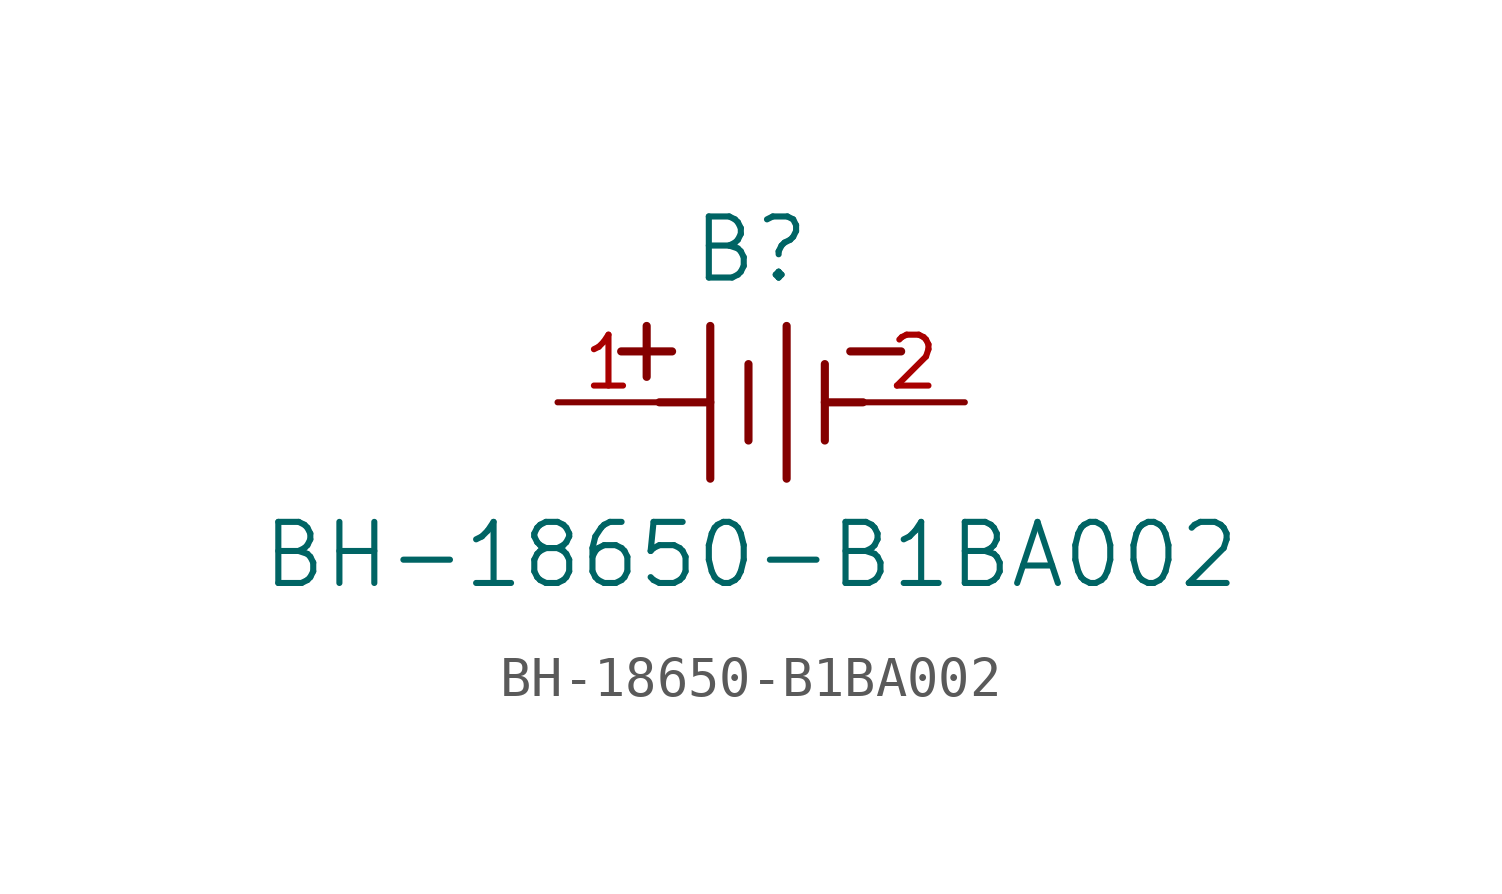
<source format=kicad_sym>
(kicad_symbol_lib
  (version 20211014)
  (generator kicad_symbol_editor)
  (symbol "BH-18650-B1BA002"
    (pin_names
      (offset 0.254))
    (property "Reference" "B"
      (at 4.826 3.81 0)
      (effects (font (size 1.524 1.524))))
    (property "Value" "BH-18650-B1BA002"
      (at 4.826 -3.81 0)
      (effects (font (size 1.524 1.524))))
    (symbol "BH-18650-B1BA002_0_1"
      (polyline (pts (xy 2.223 0.635) (xy 2.223 1.905)) (stroke (width 0.203) (type default) (color 0 0 0 0)) (fill (type none)))
      (polyline (pts (xy 6.668 0) (xy 7.62 0)) (stroke (width 0.203) (type default) (color 0 0 0 0)) (fill (type none)))
      (polyline (pts (xy 3.81 -1.905) (xy 3.81 1.905)) (stroke (width 0.203) (type default) (color 0 0 0 0)) (fill (type none)))
      (polyline (pts (xy 1.587 1.27) (xy 2.857 1.27)) (stroke (width 0.203) (type default) (color 0 0 0 0)) (fill (type none)))
      (polyline (pts (xy 2.54 0) (xy 3.81 0)) (stroke (width 0.203) (type default) (color 0 0 0 0)) (fill (type none)))
      (polyline (pts (xy 5.715 -1.905) (xy 5.715 1.905)) (stroke (width 0.203) (type default) (color 0 0 0 0)) (fill (type none)))
      (polyline (pts (xy 6.668 0.953) (xy 6.668 -0.953)) (stroke (width 0.203) (type default) (color 0 0 0 0)) (fill (type none)))
      (polyline (pts (xy 4.763 0.953) (xy 4.763 -0.953)) (stroke (width 0.203) (type default) (color 0 0 0 0)) (fill (type none)))
      (polyline (pts (xy 7.303 1.27) (xy 8.572 1.27)) (stroke (width 0.203) (type default) (color 0 0 0 0)) (fill (type none)))
      (pin unspecified line (at 0 0 0) (length 2.54) (name "" (effects (font (size 1.27 1.27)))) (number "1" (effects (font (size 1.27 1.27)))))
      (pin unspecified line (at 10.16 0 180) (length 2.54) (name "" (effects (font (size 1.27 1.27)))) (number "2" (effects (font (size 1.27 1.27))))))))
</source>
